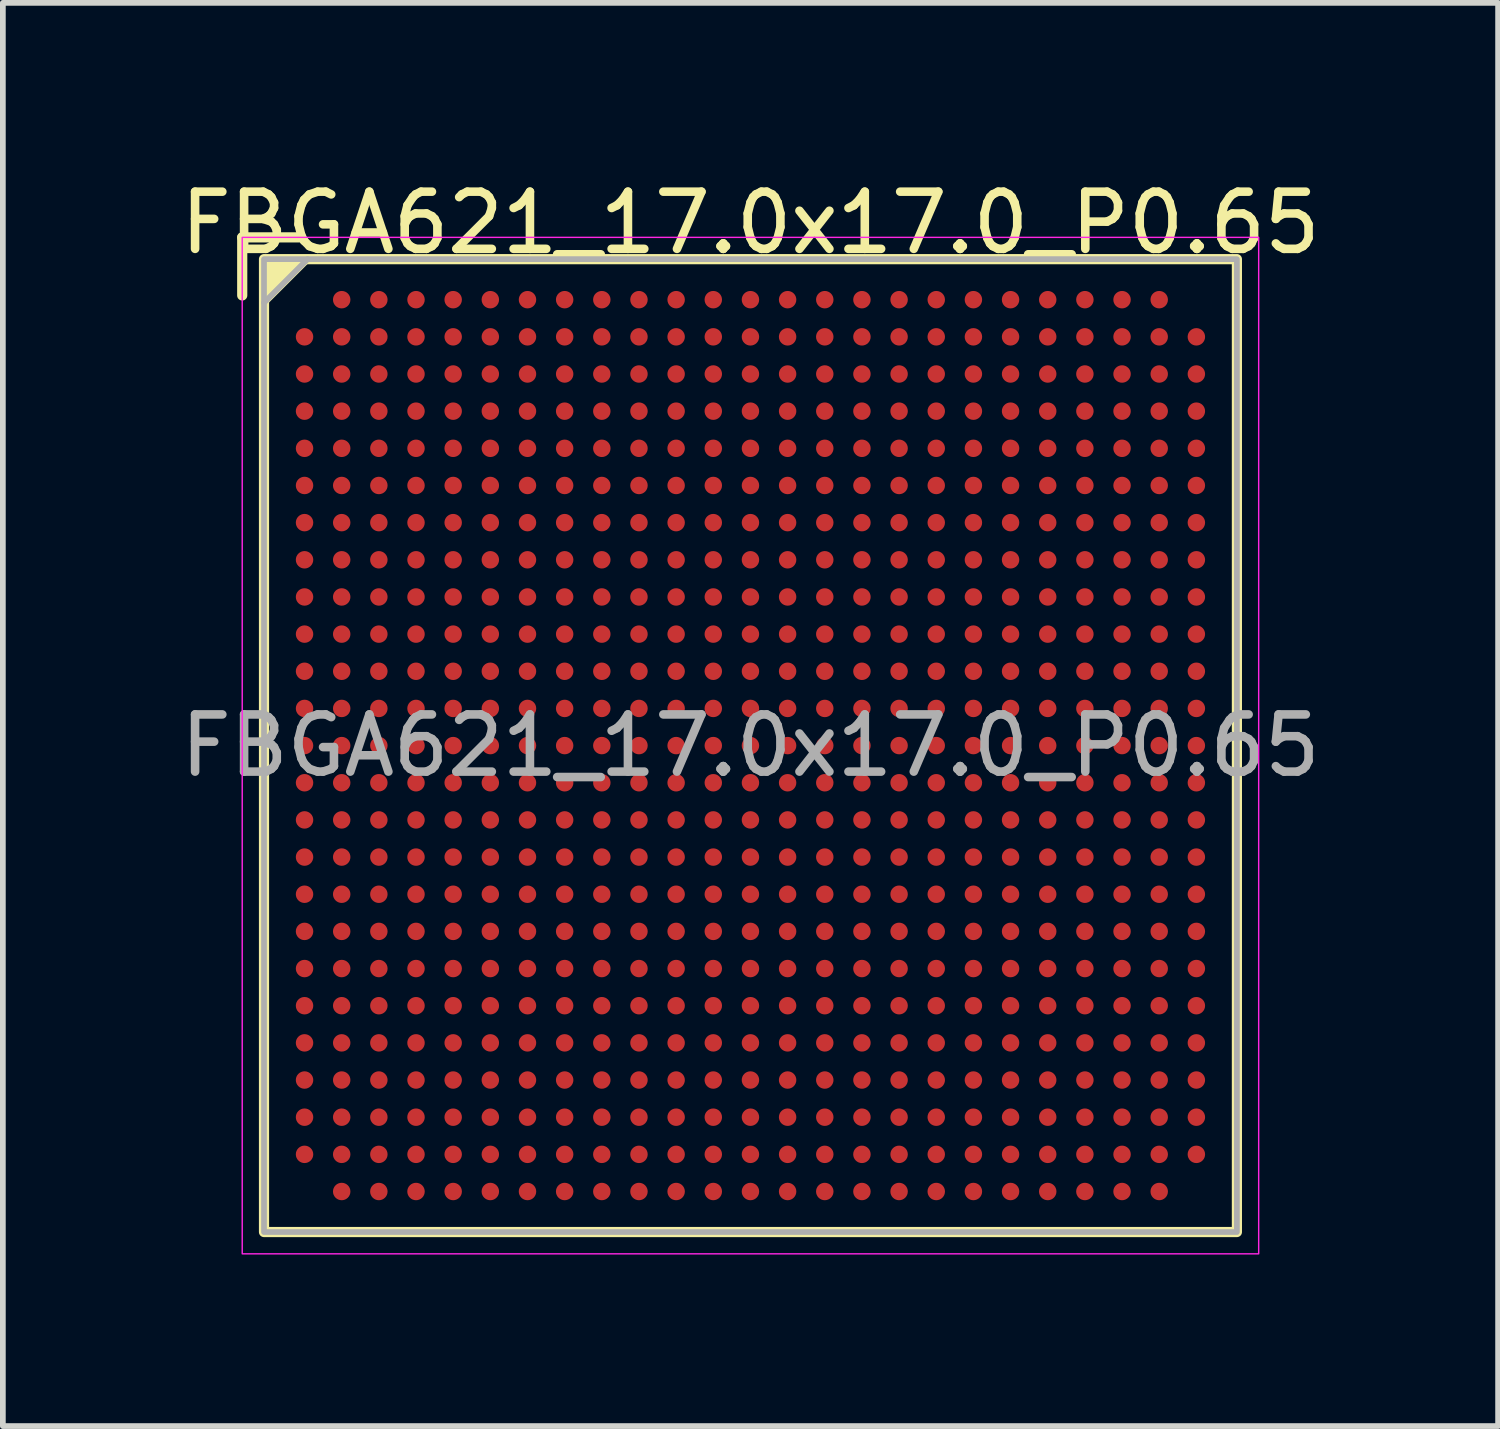
<source format=kicad_pcb>
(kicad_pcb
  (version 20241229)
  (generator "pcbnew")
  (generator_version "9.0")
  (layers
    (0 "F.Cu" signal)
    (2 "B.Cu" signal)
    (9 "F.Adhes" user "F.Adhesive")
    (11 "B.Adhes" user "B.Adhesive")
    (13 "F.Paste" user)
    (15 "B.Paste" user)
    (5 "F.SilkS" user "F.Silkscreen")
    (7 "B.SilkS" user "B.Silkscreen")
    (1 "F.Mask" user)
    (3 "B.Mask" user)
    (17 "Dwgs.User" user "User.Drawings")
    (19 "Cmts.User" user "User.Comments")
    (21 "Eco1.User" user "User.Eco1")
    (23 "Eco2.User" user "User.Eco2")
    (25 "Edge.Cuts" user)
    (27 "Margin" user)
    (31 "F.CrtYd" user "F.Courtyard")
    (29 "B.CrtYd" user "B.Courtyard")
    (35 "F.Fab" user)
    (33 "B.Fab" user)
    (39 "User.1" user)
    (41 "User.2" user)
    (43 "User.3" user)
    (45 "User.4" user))
  (footprint "FBGA621_17.0x17.0_P0.65"
    (layer "F.Cu")
    (at 10.077 9.992)
    (property "Reference" "FBGA621_17.0x17.0_P0.65" (at 0 -9.144 0) (unlocked yes) (layer "F.SilkS") (effects (font (size 1 1) (thickness 0.15))))
    (attr smd)
    (fp_line (start -8.89 -8.89) (end -7.874 -8.89) (stroke (width 0.178) (type solid)) (layer "F.SilkS"))
    (fp_line (start -8.89 -7.874) (end -8.89 -8.89) (stroke (width 0.178) (type solid)) (layer "F.SilkS"))
    (fp_rect (start -8.509 -8.509) (end 8.509 8.509) (stroke (width 0.178) (type solid)) (fill no) (layer "F.SilkS"))
    (fp_poly (pts (xy -8.509 -7.747) (xy -8.509 -8.509) (xy -7.747 -8.509)) (stroke (width 0.12) (type solid)) (fill yes) (layer "F.SilkS"))
    (fp_rect (start -8.89 -8.89) (end 8.89 8.89) (stroke (width 0.025) (type solid)) (fill no) (layer "F.CrtYd"))
    (fp_line (start -8.509 -7.747) (end -7.747 -8.509) (stroke (width 0.1) (type solid)) (layer "F.Fab"))
    (fp_rect (start -8.509 -8.509) (end 8.509 8.509) (stroke (width 0.1) (type solid)) (fill no) (layer "F.Fab"))
    (fp_text user "${REFERENCE}" (at 0 0 0) (unlocked yes) (layer "F.Fab") (effects (font (size 1 1) (thickness 0.15))))
    (pad "A2" smd circle (at -7.15 -7.8) (size 0.305 0.305) (layers "F.Cu" "F.Mask" "F.Paste"))
    (pad "A3" smd circle (at -6.5 -7.8) (size 0.305 0.305) (layers "F.Cu" "F.Mask" "F.Paste"))
    (pad "A4" smd circle (at -5.85 -7.8) (size 0.305 0.305) (layers "F.Cu" "F.Mask" "F.Paste"))
    (pad "A5" smd circle (at -5.2 -7.8) (size 0.305 0.305) (layers "F.Cu" "F.Mask" "F.Paste"))
    (pad "A6" smd circle (at -4.55 -7.8) (size 0.305 0.305) (layers "F.Cu" "F.Mask" "F.Paste"))
    (pad "A7" smd circle (at -3.9 -7.8) (size 0.305 0.305) (layers "F.Cu" "F.Mask" "F.Paste"))
    (pad "A8" smd circle (at -3.25 -7.8) (size 0.305 0.305) (layers "F.Cu" "F.Mask" "F.Paste"))
    (pad "A9" smd circle (at -2.6 -7.8) (size 0.305 0.305) (layers "F.Cu" "F.Mask" "F.Paste"))
    (pad "A10" smd circle (at -1.95 -7.8) (size 0.305 0.305) (layers "F.Cu" "F.Mask" "F.Paste"))
    (pad "A11" smd circle (at -1.3 -7.8) (size 0.305 0.305) (layers "F.Cu" "F.Mask" "F.Paste"))
    (pad "A12" smd circle (at -0.65 -7.8) (size 0.305 0.305) (layers "F.Cu" "F.Mask" "F.Paste"))
    (pad "A13" smd circle (at 0 -7.8) (size 0.305 0.305) (layers "F.Cu" "F.Mask" "F.Paste"))
    (pad "A14" smd circle (at 0.65 -7.8) (size 0.305 0.305) (layers "F.Cu" "F.Mask" "F.Paste"))
    (pad "A15" smd circle (at 1.3 -7.8) (size 0.305 0.305) (layers "F.Cu" "F.Mask" "F.Paste"))
    (pad "A16" smd circle (at 1.95 -7.8) (size 0.305 0.305) (layers "F.Cu" "F.Mask" "F.Paste"))
    (pad "A17" smd circle (at 2.6 -7.8) (size 0.305 0.305) (layers "F.Cu" "F.Mask" "F.Paste"))
    (pad "A18" smd circle (at 3.25 -7.8) (size 0.305 0.305) (layers "F.Cu" "F.Mask" "F.Paste"))
    (pad "A19" smd circle (at 3.9 -7.8) (size 0.305 0.305) (layers "F.Cu" "F.Mask" "F.Paste"))
    (pad "A20" smd circle (at 4.55 -7.8) (size 0.305 0.305) (layers "F.Cu" "F.Mask" "F.Paste"))
    (pad "A21" smd circle (at 5.2 -7.8) (size 0.305 0.305) (layers "F.Cu" "F.Mask" "F.Paste"))
    (pad "A22" smd circle (at 5.85 -7.8) (size 0.305 0.305) (layers "F.Cu" "F.Mask" "F.Paste"))
    (pad "A23" smd circle (at 6.5 -7.8) (size 0.305 0.305) (layers "F.Cu" "F.Mask" "F.Paste"))
    (pad "A24" smd circle (at 7.15 -7.8) (size 0.305 0.305) (layers "F.Cu" "F.Mask" "F.Paste"))
    (pad "AA1" smd circle (at -7.8 5.2) (size 0.305 0.305) (layers "F.Cu" "F.Mask" "F.Paste"))
    (pad "AA2" smd circle (at -7.15 5.2) (size 0.305 0.305) (layers "F.Cu" "F.Mask" "F.Paste"))
    (pad "AA3" smd circle (at -6.5 5.2) (size 0.305 0.305) (layers "F.Cu" "F.Mask" "F.Paste"))
    (pad "AA4" smd circle (at -5.85 5.2) (size 0.305 0.305) (layers "F.Cu" "F.Mask" "F.Paste"))
    (pad "AA5" smd circle (at -5.2 5.2) (size 0.305 0.305) (layers "F.Cu" "F.Mask" "F.Paste"))
    (pad "AA6" smd circle (at -4.55 5.2) (size 0.305 0.305) (layers "F.Cu" "F.Mask" "F.Paste"))
    (pad "AA7" smd circle (at -3.9 5.2) (size 0.305 0.305) (layers "F.Cu" "F.Mask" "F.Paste"))
    (pad "AA8" smd circle (at -3.25 5.2) (size 0.305 0.305) (layers "F.Cu" "F.Mask" "F.Paste"))
    (pad "AA9" smd circle (at -2.6 5.2) (size 0.305 0.305) (layers "F.Cu" "F.Mask" "F.Paste"))
    (pad "AA10" smd circle (at -1.95 5.2) (size 0.305 0.305) (layers "F.Cu" "F.Mask" "F.Paste"))
    (pad "AA11" smd circle (at -1.3 5.2) (size 0.305 0.305) (layers "F.Cu" "F.Mask" "F.Paste"))
    (pad "AA12" smd circle (at -0.65 5.2) (size 0.305 0.305) (layers "F.Cu" "F.Mask" "F.Paste"))
    (pad "AA13" smd circle (at 0 5.2) (size 0.305 0.305) (layers "F.Cu" "F.Mask" "F.Paste"))
    (pad "AA14" smd circle (at 0.65 5.2) (size 0.305 0.305) (layers "F.Cu" "F.Mask" "F.Paste"))
    (pad "AA15" smd circle (at 1.3 5.2) (size 0.305 0.305) (layers "F.Cu" "F.Mask" "F.Paste"))
    (pad "AA16" smd circle (at 1.95 5.2) (size 0.305 0.305) (layers "F.Cu" "F.Mask" "F.Paste"))
    (pad "AA17" smd circle (at 2.6 5.2) (size 0.305 0.305) (layers "F.Cu" "F.Mask" "F.Paste"))
    (pad "AA18" smd circle (at 3.25 5.2) (size 0.305 0.305) (layers "F.Cu" "F.Mask" "F.Paste"))
    (pad "AA19" smd circle (at 3.9 5.2) (size 0.305 0.305) (layers "F.Cu" "F.Mask" "F.Paste"))
    (pad "AA20" smd circle (at 4.55 5.2) (size 0.305 0.305) (layers "F.Cu" "F.Mask" "F.Paste"))
    (pad "AA21" smd circle (at 5.2 5.2) (size 0.305 0.305) (layers "F.Cu" "F.Mask" "F.Paste"))
    (pad "AA22" smd circle (at 5.85 5.2) (size 0.305 0.305) (layers "F.Cu" "F.Mask" "F.Paste"))
    (pad "AA23" smd circle (at 6.5 5.2) (size 0.305 0.305) (layers "F.Cu" "F.Mask" "F.Paste"))
    (pad "AA24" smd circle (at 7.15 5.2) (size 0.305 0.305) (layers "F.Cu" "F.Mask" "F.Paste"))
    (pad "AA25" smd circle (at 7.8 5.2) (size 0.305 0.305) (layers "F.Cu" "F.Mask" "F.Paste"))
    (pad "AB1" smd circle (at -7.8 5.85) (size 0.305 0.305) (layers "F.Cu" "F.Mask" "F.Paste"))
    (pad "AB2" smd circle (at -7.15 5.85) (size 0.305 0.305) (layers "F.Cu" "F.Mask" "F.Paste"))
    (pad "AB3" smd circle (at -6.5 5.85) (size 0.305 0.305) (layers "F.Cu" "F.Mask" "F.Paste"))
    (pad "AB4" smd circle (at -5.85 5.85) (size 0.305 0.305) (layers "F.Cu" "F.Mask" "F.Paste"))
    (pad "AB5" smd circle (at -5.2 5.85) (size 0.305 0.305) (layers "F.Cu" "F.Mask" "F.Paste"))
    (pad "AB6" smd circle (at -4.55 5.85) (size 0.305 0.305) (layers "F.Cu" "F.Mask" "F.Paste"))
    (pad "AB7" smd circle (at -3.9 5.85) (size 0.305 0.305) (layers "F.Cu" "F.Mask" "F.Paste"))
    (pad "AB8" smd circle (at -3.25 5.85) (size 0.305 0.305) (layers "F.Cu" "F.Mask" "F.Paste"))
    (pad "AB9" smd circle (at -2.6 5.85) (size 0.305 0.305) (layers "F.Cu" "F.Mask" "F.Paste"))
    (pad "AB10" smd circle (at -1.95 5.85) (size 0.305 0.305) (layers "F.Cu" "F.Mask" "F.Paste"))
    (pad "AB11" smd circle (at -1.3 5.85) (size 0.305 0.305) (layers "F.Cu" "F.Mask" "F.Paste"))
    (pad "AB12" smd circle (at -0.65 5.85) (size 0.305 0.305) (layers "F.Cu" "F.Mask" "F.Paste"))
    (pad "AB13" smd circle (at 0 5.85) (size 0.305 0.305) (layers "F.Cu" "F.Mask" "F.Paste"))
    (pad "AB14" smd circle (at 0.65 5.85) (size 0.305 0.305) (layers "F.Cu" "F.Mask" "F.Paste"))
    (pad "AB15" smd circle (at 1.3 5.85) (size 0.305 0.305) (layers "F.Cu" "F.Mask" "F.Paste"))
    (pad "AB16" smd circle (at 1.95 5.85) (size 0.305 0.305) (layers "F.Cu" "F.Mask" "F.Paste"))
    (pad "AB17" smd circle (at 2.6 5.85) (size 0.305 0.305) (layers "F.Cu" "F.Mask" "F.Paste"))
    (pad "AB18" smd circle (at 3.25 5.85) (size 0.305 0.305) (layers "F.Cu" "F.Mask" "F.Paste"))
    (pad "AB19" smd circle (at 3.9 5.85) (size 0.305 0.305) (layers "F.Cu" "F.Mask" "F.Paste"))
    (pad "AB20" smd circle (at 4.55 5.85) (size 0.305 0.305) (layers "F.Cu" "F.Mask" "F.Paste"))
    (pad "AB21" smd circle (at 5.2 5.85) (size 0.305 0.305) (layers "F.Cu" "F.Mask" "F.Paste"))
    (pad "AB22" smd circle (at 5.85 5.85) (size 0.305 0.305) (layers "F.Cu" "F.Mask" "F.Paste"))
    (pad "AB23" smd circle (at 6.5 5.85) (size 0.305 0.305) (layers "F.Cu" "F.Mask" "F.Paste"))
    (pad "AB24" smd circle (at 7.15 5.85) (size 0.305 0.305) (layers "F.Cu" "F.Mask" "F.Paste"))
    (pad "AB25" smd circle (at 7.8 5.85) (size 0.305 0.305) (layers "F.Cu" "F.Mask" "F.Paste"))
    (pad "AC1" smd circle (at -7.8 6.5) (size 0.305 0.305) (layers "F.Cu" "F.Mask" "F.Paste"))
    (pad "AC2" smd circle (at -7.15 6.5) (size 0.305 0.305) (layers "F.Cu" "F.Mask" "F.Paste"))
    (pad "AC3" smd circle (at -6.5 6.5) (size 0.305 0.305) (layers "F.Cu" "F.Mask" "F.Paste"))
    (pad "AC4" smd circle (at -5.85 6.5) (size 0.305 0.305) (layers "F.Cu" "F.Mask" "F.Paste"))
    (pad "AC5" smd circle (at -5.2 6.5) (size 0.305 0.305) (layers "F.Cu" "F.Mask" "F.Paste"))
    (pad "AC6" smd circle (at -4.55 6.5) (size 0.305 0.305) (layers "F.Cu" "F.Mask" "F.Paste"))
    (pad "AC7" smd circle (at -3.9 6.5) (size 0.305 0.305) (layers "F.Cu" "F.Mask" "F.Paste"))
    (pad "AC8" smd circle (at -3.25 6.5) (size 0.305 0.305) (layers "F.Cu" "F.Mask" "F.Paste"))
    (pad "AC9" smd circle (at -2.6 6.5) (size 0.305 0.305) (layers "F.Cu" "F.Mask" "F.Paste"))
    (pad "AC10" smd circle (at -1.95 6.5) (size 0.305 0.305) (layers "F.Cu" "F.Mask" "F.Paste"))
    (pad "AC11" smd circle (at -1.3 6.5) (size 0.305 0.305) (layers "F.Cu" "F.Mask" "F.Paste"))
    (pad "AC12" smd circle (at -0.65 6.5) (size 0.305 0.305) (layers "F.Cu" "F.Mask" "F.Paste"))
    (pad "AC13" smd circle (at 0 6.5) (size 0.305 0.305) (layers "F.Cu" "F.Mask" "F.Paste"))
    (pad "AC14" smd circle (at 0.65 6.5) (size 0.305 0.305) (layers "F.Cu" "F.Mask" "F.Paste"))
    (pad "AC15" smd circle (at 1.3 6.5) (size 0.305 0.305) (layers "F.Cu" "F.Mask" "F.Paste"))
    (pad "AC16" smd circle (at 1.95 6.5) (size 0.305 0.305) (layers "F.Cu" "F.Mask" "F.Paste"))
    (pad "AC17" smd circle (at 2.6 6.5) (size 0.305 0.305) (layers "F.Cu" "F.Mask" "F.Paste"))
    (pad "AC18" smd circle (at 3.25 6.5) (size 0.305 0.305) (layers "F.Cu" "F.Mask" "F.Paste"))
    (pad "AC19" smd circle (at 3.9 6.5) (size 0.305 0.305) (layers "F.Cu" "F.Mask" "F.Paste"))
    (pad "AC20" smd circle (at 4.55 6.5) (size 0.305 0.305) (layers "F.Cu" "F.Mask" "F.Paste"))
    (pad "AC21" smd circle (at 5.2 6.5) (size 0.305 0.305) (layers "F.Cu" "F.Mask" "F.Paste"))
    (pad "AC22" smd circle (at 5.85 6.5) (size 0.305 0.305) (layers "F.Cu" "F.Mask" "F.Paste"))
    (pad "AC23" smd circle (at 6.5 6.5) (size 0.305 0.305) (layers "F.Cu" "F.Mask" "F.Paste"))
    (pad "AC24" smd circle (at 7.15 6.5) (size 0.305 0.305) (layers "F.Cu" "F.Mask" "F.Paste"))
    (pad "AC25" smd circle (at 7.8 6.5) (size 0.305 0.305) (layers "F.Cu" "F.Mask" "F.Paste"))
    (pad "AD1" smd circle (at -7.8 7.15) (size 0.305 0.305) (layers "F.Cu" "F.Mask" "F.Paste"))
    (pad "AD2" smd circle (at -7.15 7.15) (size 0.305 0.305) (layers "F.Cu" "F.Mask" "F.Paste"))
    (pad "AD3" smd circle (at -6.5 7.15) (size 0.305 0.305) (layers "F.Cu" "F.Mask" "F.Paste"))
    (pad "AD4" smd circle (at -5.85 7.15) (size 0.305 0.305) (layers "F.Cu" "F.Mask" "F.Paste"))
    (pad "AD5" smd circle (at -5.2 7.15) (size 0.305 0.305) (layers "F.Cu" "F.Mask" "F.Paste"))
    (pad "AD6" smd circle (at -4.55 7.15) (size 0.305 0.305) (layers "F.Cu" "F.Mask" "F.Paste"))
    (pad "AD7" smd circle (at -3.9 7.15) (size 0.305 0.305) (layers "F.Cu" "F.Mask" "F.Paste"))
    (pad "AD8" smd circle (at -3.25 7.15) (size 0.305 0.305) (layers "F.Cu" "F.Mask" "F.Paste"))
    (pad "AD9" smd circle (at -2.6 7.15) (size 0.305 0.305) (layers "F.Cu" "F.Mask" "F.Paste"))
    (pad "AD10" smd circle (at -1.95 7.15) (size 0.305 0.305) (layers "F.Cu" "F.Mask" "F.Paste"))
    (pad "AD11" smd circle (at -1.3 7.15) (size 0.305 0.305) (layers "F.Cu" "F.Mask" "F.Paste"))
    (pad "AD12" smd circle (at -0.65 7.15) (size 0.305 0.305) (layers "F.Cu" "F.Mask" "F.Paste"))
    (pad "AD13" smd circle (at 0 7.15) (size 0.305 0.305) (layers "F.Cu" "F.Mask" "F.Paste"))
    (pad "AD14" smd circle (at 0.65 7.15) (size 0.305 0.305) (layers "F.Cu" "F.Mask" "F.Paste"))
    (pad "AD15" smd circle (at 1.3 7.15) (size 0.305 0.305) (layers "F.Cu" "F.Mask" "F.Paste"))
    (pad "AD16" smd circle (at 1.95 7.15) (size 0.305 0.305) (layers "F.Cu" "F.Mask" "F.Paste"))
    (pad "AD17" smd circle (at 2.6 7.15) (size 0.305 0.305) (layers "F.Cu" "F.Mask" "F.Paste"))
    (pad "AD18" smd circle (at 3.25 7.15) (size 0.305 0.305) (layers "F.Cu" "F.Mask" "F.Paste"))
    (pad "AD19" smd circle (at 3.9 7.15) (size 0.305 0.305) (layers "F.Cu" "F.Mask" "F.Paste"))
    (pad "AD20" smd circle (at 4.55 7.15) (size 0.305 0.305) (layers "F.Cu" "F.Mask" "F.Paste"))
    (pad "AD21" smd circle (at 5.2 7.15) (size 0.305 0.305) (layers "F.Cu" "F.Mask" "F.Paste"))
    (pad "AD22" smd circle (at 5.85 7.15) (size 0.305 0.305) (layers "F.Cu" "F.Mask" "F.Paste"))
    (pad "AD23" smd circle (at 6.5 7.15) (size 0.305 0.305) (layers "F.Cu" "F.Mask" "F.Paste"))
    (pad "AD24" smd circle (at 7.15 7.15) (size 0.305 0.305) (layers "F.Cu" "F.Mask" "F.Paste"))
    (pad "AD25" smd circle (at 7.8 7.15) (size 0.305 0.305) (layers "F.Cu" "F.Mask" "F.Paste"))
    (pad "AE2" smd circle (at -7.15 7.8) (size 0.305 0.305) (layers "F.Cu" "F.Mask" "F.Paste"))
    (pad "AE3" smd circle (at -6.5 7.8) (size 0.305 0.305) (layers "F.Cu" "F.Mask" "F.Paste"))
    (pad "AE4" smd circle (at -5.85 7.8) (size 0.305 0.305) (layers "F.Cu" "F.Mask" "F.Paste"))
    (pad "AE5" smd circle (at -5.2 7.8) (size 0.305 0.305) (layers "F.Cu" "F.Mask" "F.Paste"))
    (pad "AE6" smd circle (at -4.55 7.8) (size 0.305 0.305) (layers "F.Cu" "F.Mask" "F.Paste"))
    (pad "AE7" smd circle (at -3.9 7.8) (size 0.305 0.305) (layers "F.Cu" "F.Mask" "F.Paste"))
    (pad "AE8" smd circle (at -3.25 7.8) (size 0.305 0.305) (layers "F.Cu" "F.Mask" "F.Paste"))
    (pad "AE9" smd circle (at -2.6 7.8) (size 0.305 0.305) (layers "F.Cu" "F.Mask" "F.Paste"))
    (pad "AE10" smd circle (at -1.95 7.8) (size 0.305 0.305) (layers "F.Cu" "F.Mask" "F.Paste"))
    (pad "AE11" smd circle (at -1.3 7.8) (size 0.305 0.305) (layers "F.Cu" "F.Mask" "F.Paste"))
    (pad "AE12" smd circle (at -0.65 7.8) (size 0.305 0.305) (layers "F.Cu" "F.Mask" "F.Paste"))
    (pad "AE13" smd circle (at 0 7.8) (size 0.305 0.305) (layers "F.Cu" "F.Mask" "F.Paste"))
    (pad "AE14" smd circle (at 0.65 7.8) (size 0.305 0.305) (layers "F.Cu" "F.Mask" "F.Paste"))
    (pad "AE15" smd circle (at 1.3 7.8) (size 0.305 0.305) (layers "F.Cu" "F.Mask" "F.Paste"))
    (pad "AE16" smd circle (at 1.95 7.8) (size 0.305 0.305) (layers "F.Cu" "F.Mask" "F.Paste"))
    (pad "AE17" smd circle (at 2.6 7.8) (size 0.305 0.305) (layers "F.Cu" "F.Mask" "F.Paste"))
    (pad "AE18" smd circle (at 3.25 7.8) (size 0.305 0.305) (layers "F.Cu" "F.Mask" "F.Paste"))
    (pad "AE19" smd circle (at 3.9 7.8) (size 0.305 0.305) (layers "F.Cu" "F.Mask" "F.Paste"))
    (pad "AE20" smd circle (at 4.55 7.8) (size 0.305 0.305) (layers "F.Cu" "F.Mask" "F.Paste"))
    (pad "AE21" smd circle (at 5.2 7.8) (size 0.305 0.305) (layers "F.Cu" "F.Mask" "F.Paste"))
    (pad "AE22" smd circle (at 5.85 7.8) (size 0.305 0.305) (layers "F.Cu" "F.Mask" "F.Paste"))
    (pad "AE23" smd circle (at 6.5 7.8) (size 0.305 0.305) (layers "F.Cu" "F.Mask" "F.Paste"))
    (pad "AE24" smd circle (at 7.15 7.8) (size 0.305 0.305) (layers "F.Cu" "F.Mask" "F.Paste"))
    (pad "B1" smd circle (at -7.8 -7.15) (size 0.305 0.305) (layers "F.Cu" "F.Mask" "F.Paste"))
    (pad "B2" smd circle (at -7.15 -7.15) (size 0.305 0.305) (layers "F.Cu" "F.Mask" "F.Paste"))
    (pad "B3" smd circle (at -6.5 -7.15) (size 0.305 0.305) (layers "F.Cu" "F.Mask" "F.Paste"))
    (pad "B4" smd circle (at -5.85 -7.15) (size 0.305 0.305) (layers "F.Cu" "F.Mask" "F.Paste"))
    (pad "B5" smd circle (at -5.2 -7.15) (size 0.305 0.305) (layers "F.Cu" "F.Mask" "F.Paste"))
    (pad "B6" smd circle (at -4.55 -7.15) (size 0.305 0.305) (layers "F.Cu" "F.Mask" "F.Paste"))
    (pad "B7" smd circle (at -3.9 -7.15) (size 0.305 0.305) (layers "F.Cu" "F.Mask" "F.Paste"))
    (pad "B8" smd circle (at -3.25 -7.15) (size 0.305 0.305) (layers "F.Cu" "F.Mask" "F.Paste"))
    (pad "B9" smd circle (at -2.6 -7.15) (size 0.305 0.305) (layers "F.Cu" "F.Mask" "F.Paste"))
    (pad "B10" smd circle (at -1.95 -7.15) (size 0.305 0.305) (layers "F.Cu" "F.Mask" "F.Paste"))
    (pad "B11" smd circle (at -1.3 -7.15) (size 0.305 0.305) (layers "F.Cu" "F.Mask" "F.Paste"))
    (pad "B12" smd circle (at -0.65 -7.15) (size 0.305 0.305) (layers "F.Cu" "F.Mask" "F.Paste"))
    (pad "B13" smd circle (at 0 -7.15) (size 0.305 0.305) (layers "F.Cu" "F.Mask" "F.Paste"))
    (pad "B14" smd circle (at 0.65 -7.15) (size 0.305 0.305) (layers "F.Cu" "F.Mask" "F.Paste"))
    (pad "B15" smd circle (at 1.3 -7.15) (size 0.305 0.305) (layers "F.Cu" "F.Mask" "F.Paste"))
    (pad "B16" smd circle (at 1.95 -7.15) (size 0.305 0.305) (layers "F.Cu" "F.Mask" "F.Paste"))
    (pad "B17" smd circle (at 2.6 -7.15) (size 0.305 0.305) (layers "F.Cu" "F.Mask" "F.Paste"))
    (pad "B18" smd circle (at 3.25 -7.15) (size 0.305 0.305) (layers "F.Cu" "F.Mask" "F.Paste"))
    (pad "B19" smd circle (at 3.9 -7.15) (size 0.305 0.305) (layers "F.Cu" "F.Mask" "F.Paste"))
    (pad "B20" smd circle (at 4.55 -7.15) (size 0.305 0.305) (layers "F.Cu" "F.Mask" "F.Paste"))
    (pad "B21" smd circle (at 5.2 -7.15) (size 0.305 0.305) (layers "F.Cu" "F.Mask" "F.Paste"))
    (pad "B22" smd circle (at 5.85 -7.15) (size 0.305 0.305) (layers "F.Cu" "F.Mask" "F.Paste"))
    (pad "B23" smd circle (at 6.5 -7.15) (size 0.305 0.305) (layers "F.Cu" "F.Mask" "F.Paste"))
    (pad "B24" smd circle (at 7.15 -7.15) (size 0.305 0.305) (layers "F.Cu" "F.Mask" "F.Paste"))
    (pad "B25" smd circle (at 7.8 -7.15) (size 0.305 0.305) (layers "F.Cu" "F.Mask" "F.Paste"))
    (pad "C1" smd circle (at -7.8 -6.5) (size 0.305 0.305) (layers "F.Cu" "F.Mask" "F.Paste"))
    (pad "C2" smd circle (at -7.15 -6.5) (size 0.305 0.305) (layers "F.Cu" "F.Mask" "F.Paste"))
    (pad "C3" smd circle (at -6.5 -6.5) (size 0.305 0.305) (layers "F.Cu" "F.Mask" "F.Paste"))
    (pad "C4" smd circle (at -5.85 -6.5) (size 0.305 0.305) (layers "F.Cu" "F.Mask" "F.Paste"))
    (pad "C5" smd circle (at -5.2 -6.5) (size 0.305 0.305) (layers "F.Cu" "F.Mask" "F.Paste"))
    (pad "C6" smd circle (at -4.55 -6.5) (size 0.305 0.305) (layers "F.Cu" "F.Mask" "F.Paste"))
    (pad "C7" smd circle (at -3.9 -6.5) (size 0.305 0.305) (layers "F.Cu" "F.Mask" "F.Paste"))
    (pad "C8" smd circle (at -3.25 -6.5) (size 0.305 0.305) (layers "F.Cu" "F.Mask" "F.Paste"))
    (pad "C9" smd circle (at -2.6 -6.5) (size 0.305 0.305) (layers "F.Cu" "F.Mask" "F.Paste"))
    (pad "C10" smd circle (at -1.95 -6.5) (size 0.305 0.305) (layers "F.Cu" "F.Mask" "F.Paste"))
    (pad "C11" smd circle (at -1.3 -6.5) (size 0.305 0.305) (layers "F.Cu" "F.Mask" "F.Paste"))
    (pad "C12" smd circle (at -0.65 -6.5) (size 0.305 0.305) (layers "F.Cu" "F.Mask" "F.Paste"))
    (pad "C13" smd circle (at 0 -6.5) (size 0.305 0.305) (layers "F.Cu" "F.Mask" "F.Paste"))
    (pad "C14" smd circle (at 0.65 -6.5) (size 0.305 0.305) (layers "F.Cu" "F.Mask" "F.Paste"))
    (pad "C15" smd circle (at 1.3 -6.5) (size 0.305 0.305) (layers "F.Cu" "F.Mask" "F.Paste"))
    (pad "C16" smd circle (at 1.95 -6.5) (size 0.305 0.305) (layers "F.Cu" "F.Mask" "F.Paste"))
    (pad "C17" smd circle (at 2.6 -6.5) (size 0.305 0.305) (layers "F.Cu" "F.Mask" "F.Paste"))
    (pad "C18" smd circle (at 3.25 -6.5) (size 0.305 0.305) (layers "F.Cu" "F.Mask" "F.Paste"))
    (pad "C19" smd circle (at 3.9 -6.5) (size 0.305 0.305) (layers "F.Cu" "F.Mask" "F.Paste"))
    (pad "C20" smd circle (at 4.55 -6.5) (size 0.305 0.305) (layers "F.Cu" "F.Mask" "F.Paste"))
    (pad "C21" smd circle (at 5.2 -6.5) (size 0.305 0.305) (layers "F.Cu" "F.Mask" "F.Paste"))
    (pad "C22" smd circle (at 5.85 -6.5) (size 0.305 0.305) (layers "F.Cu" "F.Mask" "F.Paste"))
    (pad "C23" smd circle (at 6.5 -6.5) (size 0.305 0.305) (layers "F.Cu" "F.Mask" "F.Paste"))
    (pad "C24" smd circle (at 7.15 -6.5) (size 0.305 0.305) (layers "F.Cu" "F.Mask" "F.Paste"))
    (pad "C25" smd circle (at 7.8 -6.5) (size 0.305 0.305) (layers "F.Cu" "F.Mask" "F.Paste"))
    (pad "D1" smd circle (at -7.8 -5.85) (size 0.305 0.305) (layers "F.Cu" "F.Mask" "F.Paste"))
    (pad "D2" smd circle (at -7.15 -5.85) (size 0.305 0.305) (layers "F.Cu" "F.Mask" "F.Paste"))
    (pad "D3" smd circle (at -6.5 -5.85) (size 0.305 0.305) (layers "F.Cu" "F.Mask" "F.Paste"))
    (pad "D4" smd circle (at -5.85 -5.85) (size 0.305 0.305) (layers "F.Cu" "F.Mask" "F.Paste"))
    (pad "D5" smd circle (at -5.2 -5.85) (size 0.305 0.305) (layers "F.Cu" "F.Mask" "F.Paste"))
    (pad "D6" smd circle (at -4.55 -5.85) (size 0.305 0.305) (layers "F.Cu" "F.Mask" "F.Paste"))
    (pad "D7" smd circle (at -3.9 -5.85) (size 0.305 0.305) (layers "F.Cu" "F.Mask" "F.Paste"))
    (pad "D8" smd circle (at -3.25 -5.85) (size 0.305 0.305) (layers "F.Cu" "F.Mask" "F.Paste"))
    (pad "D9" smd circle (at -2.6 -5.85) (size 0.305 0.305) (layers "F.Cu" "F.Mask" "F.Paste"))
    (pad "D10" smd circle (at -1.95 -5.85) (size 0.305 0.305) (layers "F.Cu" "F.Mask" "F.Paste"))
    (pad "D11" smd circle (at -1.3 -5.85) (size 0.305 0.305) (layers "F.Cu" "F.Mask" "F.Paste"))
    (pad "D12" smd circle (at -0.65 -5.85) (size 0.305 0.305) (layers "F.Cu" "F.Mask" "F.Paste"))
    (pad "D13" smd circle (at 0 -5.85) (size 0.305 0.305) (layers "F.Cu" "F.Mask" "F.Paste"))
    (pad "D14" smd circle (at 0.65 -5.85) (size 0.305 0.305) (layers "F.Cu" "F.Mask" "F.Paste"))
    (pad "D15" smd circle (at 1.3 -5.85) (size 0.305 0.305) (layers "F.Cu" "F.Mask" "F.Paste"))
    (pad "D16" smd circle (at 1.95 -5.85) (size 0.305 0.305) (layers "F.Cu" "F.Mask" "F.Paste"))
    (pad "D17" smd circle (at 2.6 -5.85) (size 0.305 0.305) (layers "F.Cu" "F.Mask" "F.Paste"))
    (pad "D18" smd circle (at 3.25 -5.85) (size 0.305 0.305) (layers "F.Cu" "F.Mask" "F.Paste"))
    (pad "D19" smd circle (at 3.9 -5.85) (size 0.305 0.305) (layers "F.Cu" "F.Mask" "F.Paste"))
    (pad "D20" smd circle (at 4.55 -5.85) (size 0.305 0.305) (layers "F.Cu" "F.Mask" "F.Paste"))
    (pad "D21" smd circle (at 5.2 -5.85) (size 0.305 0.305) (layers "F.Cu" "F.Mask" "F.Paste"))
    (pad "D22" smd circle (at 5.85 -5.85) (size 0.305 0.305) (layers "F.Cu" "F.Mask" "F.Paste"))
    (pad "D23" smd circle (at 6.5 -5.85) (size 0.305 0.305) (layers "F.Cu" "F.Mask" "F.Paste"))
    (pad "D24" smd circle (at 7.15 -5.85) (size 0.305 0.305) (layers "F.Cu" "F.Mask" "F.Paste"))
    (pad "D25" smd circle (at 7.8 -5.85) (size 0.305 0.305) (layers "F.Cu" "F.Mask" "F.Paste"))
    (pad "E1" smd circle (at -7.8 -5.2) (size 0.305 0.305) (layers "F.Cu" "F.Mask" "F.Paste"))
    (pad "E2" smd circle (at -7.15 -5.2) (size 0.305 0.305) (layers "F.Cu" "F.Mask" "F.Paste"))
    (pad "E3" smd circle (at -6.5 -5.2) (size 0.305 0.305) (layers "F.Cu" "F.Mask" "F.Paste"))
    (pad "E4" smd circle (at -5.85 -5.2) (size 0.305 0.305) (layers "F.Cu" "F.Mask" "F.Paste"))
    (pad "E5" smd circle (at -5.2 -5.2) (size 0.305 0.305) (layers "F.Cu" "F.Mask" "F.Paste"))
    (pad "E6" smd circle (at -4.55 -5.2) (size 0.305 0.305) (layers "F.Cu" "F.Mask" "F.Paste"))
    (pad "E7" smd circle (at -3.9 -5.2) (size 0.305 0.305) (layers "F.Cu" "F.Mask" "F.Paste"))
    (pad "E8" smd circle (at -3.25 -5.2) (size 0.305 0.305) (layers "F.Cu" "F.Mask" "F.Paste"))
    (pad "E9" smd circle (at -2.6 -5.2) (size 0.305 0.305) (layers "F.Cu" "F.Mask" "F.Paste"))
    (pad "E10" smd circle (at -1.95 -5.2) (size 0.305 0.305) (layers "F.Cu" "F.Mask" "F.Paste"))
    (pad "E11" smd circle (at -1.3 -5.2) (size 0.305 0.305) (layers "F.Cu" "F.Mask" "F.Paste"))
    (pad "E12" smd circle (at -0.65 -5.2) (size 0.305 0.305) (layers "F.Cu" "F.Mask" "F.Paste"))
    (pad "E13" smd circle (at 0 -5.2) (size 0.305 0.305) (layers "F.Cu" "F.Mask" "F.Paste"))
    (pad "E14" smd circle (at 0.65 -5.2) (size 0.305 0.305) (layers "F.Cu" "F.Mask" "F.Paste"))
    (pad "E15" smd circle (at 1.3 -5.2) (size 0.305 0.305) (layers "F.Cu" "F.Mask" "F.Paste"))
    (pad "E16" smd circle (at 1.95 -5.2) (size 0.305 0.305) (layers "F.Cu" "F.Mask" "F.Paste"))
    (pad "E17" smd circle (at 2.6 -5.2) (size 0.305 0.305) (layers "F.Cu" "F.Mask" "F.Paste"))
    (pad "E18" smd circle (at 3.25 -5.2) (size 0.305 0.305) (layers "F.Cu" "F.Mask" "F.Paste"))
    (pad "E19" smd circle (at 3.9 -5.2) (size 0.305 0.305) (layers "F.Cu" "F.Mask" "F.Paste"))
    (pad "E20" smd circle (at 4.55 -5.2) (size 0.305 0.305) (layers "F.Cu" "F.Mask" "F.Paste"))
    (pad "E21" smd circle (at 5.2 -5.2) (size 0.305 0.305) (layers "F.Cu" "F.Mask" "F.Paste"))
    (pad "E22" smd circle (at 5.85 -5.2) (size 0.305 0.305) (layers "F.Cu" "F.Mask" "F.Paste"))
    (pad "E23" smd circle (at 6.5 -5.2) (size 0.305 0.305) (layers "F.Cu" "F.Mask" "F.Paste"))
    (pad "E24" smd circle (at 7.15 -5.2) (size 0.305 0.305) (layers "F.Cu" "F.Mask" "F.Paste"))
    (pad "E25" smd circle (at 7.8 -5.2) (size 0.305 0.305) (layers "F.Cu" "F.Mask" "F.Paste"))
    (pad "F1" smd circle (at -7.8 -4.55) (size 0.305 0.305) (layers "F.Cu" "F.Mask" "F.Paste"))
    (pad "F2" smd circle (at -7.15 -4.55) (size 0.305 0.305) (layers "F.Cu" "F.Mask" "F.Paste"))
    (pad "F3" smd circle (at -6.5 -4.55) (size 0.305 0.305) (layers "F.Cu" "F.Mask" "F.Paste"))
    (pad "F4" smd circle (at -5.85 -4.55) (size 0.305 0.305) (layers "F.Cu" "F.Mask" "F.Paste"))
    (pad "F5" smd circle (at -5.2 -4.55) (size 0.305 0.305) (layers "F.Cu" "F.Mask" "F.Paste"))
    (pad "F6" smd circle (at -4.55 -4.55) (size 0.305 0.305) (layers "F.Cu" "F.Mask" "F.Paste"))
    (pad "F7" smd circle (at -3.9 -4.55) (size 0.305 0.305) (layers "F.Cu" "F.Mask" "F.Paste"))
    (pad "F8" smd circle (at -3.25 -4.55) (size 0.305 0.305) (layers "F.Cu" "F.Mask" "F.Paste"))
    (pad "F9" smd circle (at -2.6 -4.55) (size 0.305 0.305) (layers "F.Cu" "F.Mask" "F.Paste"))
    (pad "F10" smd circle (at -1.95 -4.55) (size 0.305 0.305) (layers "F.Cu" "F.Mask" "F.Paste"))
    (pad "F11" smd circle (at -1.3 -4.55) (size 0.305 0.305) (layers "F.Cu" "F.Mask" "F.Paste"))
    (pad "F12" smd circle (at -0.65 -4.55) (size 0.305 0.305) (layers "F.Cu" "F.Mask" "F.Paste"))
    (pad "F13" smd circle (at 0 -4.55) (size 0.305 0.305) (layers "F.Cu" "F.Mask" "F.Paste"))
    (pad "F14" smd circle (at 0.65 -4.55) (size 0.305 0.305) (layers "F.Cu" "F.Mask" "F.Paste"))
    (pad "F15" smd circle (at 1.3 -4.55) (size 0.305 0.305) (layers "F.Cu" "F.Mask" "F.Paste"))
    (pad "F16" smd circle (at 1.95 -4.55) (size 0.305 0.305) (layers "F.Cu" "F.Mask" "F.Paste"))
    (pad "F17" smd circle (at 2.6 -4.55) (size 0.305 0.305) (layers "F.Cu" "F.Mask" "F.Paste"))
    (pad "F18" smd circle (at 3.25 -4.55) (size 0.305 0.305) (layers "F.Cu" "F.Mask" "F.Paste"))
    (pad "F19" smd circle (at 3.9 -4.55) (size 0.305 0.305) (layers "F.Cu" "F.Mask" "F.Paste"))
    (pad "F20" smd circle (at 4.55 -4.55) (size 0.305 0.305) (layers "F.Cu" "F.Mask" "F.Paste"))
    (pad "F21" smd circle (at 5.2 -4.55) (size 0.305 0.305) (layers "F.Cu" "F.Mask" "F.Paste"))
    (pad "F22" smd circle (at 5.85 -4.55) (size 0.305 0.305) (layers "F.Cu" "F.Mask" "F.Paste"))
    (pad "F23" smd circle (at 6.5 -4.55) (size 0.305 0.305) (layers "F.Cu" "F.Mask" "F.Paste"))
    (pad "F24" smd circle (at 7.15 -4.55) (size 0.305 0.305) (layers "F.Cu" "F.Mask" "F.Paste"))
    (pad "F25" smd circle (at 7.8 -4.55) (size 0.305 0.305) (layers "F.Cu" "F.Mask" "F.Paste"))
    (pad "G1" smd circle (at -7.8 -3.9) (size 0.305 0.305) (layers "F.Cu" "F.Mask" "F.Paste"))
    (pad "G2" smd circle (at -7.15 -3.9) (size 0.305 0.305) (layers "F.Cu" "F.Mask" "F.Paste"))
    (pad "G3" smd circle (at -6.5 -3.9) (size 0.305 0.305) (layers "F.Cu" "F.Mask" "F.Paste"))
    (pad "G4" smd circle (at -5.85 -3.9) (size 0.305 0.305) (layers "F.Cu" "F.Mask" "F.Paste"))
    (pad "G5" smd circle (at -5.2 -3.9) (size 0.305 0.305) (layers "F.Cu" "F.Mask" "F.Paste"))
    (pad "G6" smd circle (at -4.55 -3.9) (size 0.305 0.305) (layers "F.Cu" "F.Mask" "F.Paste"))
    (pad "G7" smd circle (at -3.9 -3.9) (size 0.305 0.305) (layers "F.Cu" "F.Mask" "F.Paste"))
    (pad "G8" smd circle (at -3.25 -3.9) (size 0.305 0.305) (layers "F.Cu" "F.Mask" "F.Paste"))
    (pad "G9" smd circle (at -2.6 -3.9) (size 0.305 0.305) (layers "F.Cu" "F.Mask" "F.Paste"))
    (pad "G10" smd circle (at -1.95 -3.9) (size 0.305 0.305) (layers "F.Cu" "F.Mask" "F.Paste"))
    (pad "G11" smd circle (at -1.3 -3.9) (size 0.305 0.305) (layers "F.Cu" "F.Mask" "F.Paste"))
    (pad "G12" smd circle (at -0.65 -3.9) (size 0.305 0.305) (layers "F.Cu" "F.Mask" "F.Paste"))
    (pad "G13" smd circle (at 0 -3.9) (size 0.305 0.305) (layers "F.Cu" "F.Mask" "F.Paste"))
    (pad "G14" smd circle (at 0.65 -3.9) (size 0.305 0.305) (layers "F.Cu" "F.Mask" "F.Paste"))
    (pad "G15" smd circle (at 1.3 -3.9) (size 0.305 0.305) (layers "F.Cu" "F.Mask" "F.Paste"))
    (pad "G16" smd circle (at 1.95 -3.9) (size 0.305 0.305) (layers "F.Cu" "F.Mask" "F.Paste"))
    (pad "G17" smd circle (at 2.6 -3.9) (size 0.305 0.305) (layers "F.Cu" "F.Mask" "F.Paste"))
    (pad "G18" smd circle (at 3.25 -3.9) (size 0.305 0.305) (layers "F.Cu" "F.Mask" "F.Paste"))
    (pad "G19" smd circle (at 3.9 -3.9) (size 0.305 0.305) (layers "F.Cu" "F.Mask" "F.Paste"))
    (pad "G20" smd circle (at 4.55 -3.9) (size 0.305 0.305) (layers "F.Cu" "F.Mask" "F.Paste"))
    (pad "G21" smd circle (at 5.2 -3.9) (size 0.305 0.305) (layers "F.Cu" "F.Mask" "F.Paste"))
    (pad "G22" smd circle (at 5.85 -3.9) (size 0.305 0.305) (layers "F.Cu" "F.Mask" "F.Paste"))
    (pad "G23" smd circle (at 6.5 -3.9) (size 0.305 0.305) (layers "F.Cu" "F.Mask" "F.Paste"))
    (pad "G24" smd circle (at 7.15 -3.9) (size 0.305 0.305) (layers "F.Cu" "F.Mask" "F.Paste"))
    (pad "G25" smd circle (at 7.8 -3.9) (size 0.305 0.305) (layers "F.Cu" "F.Mask" "F.Paste"))
    (pad "H1" smd circle (at -7.8 -3.25) (size 0.305 0.305) (layers "F.Cu" "F.Mask" "F.Paste"))
    (pad "H2" smd circle (at -7.15 -3.25) (size 0.305 0.305) (layers "F.Cu" "F.Mask" "F.Paste"))
    (pad "H3" smd circle (at -6.5 -3.25) (size 0.305 0.305) (layers "F.Cu" "F.Mask" "F.Paste"))
    (pad "H4" smd circle (at -5.85 -3.25) (size 0.305 0.305) (layers "F.Cu" "F.Mask" "F.Paste"))
    (pad "H5" smd circle (at -5.2 -3.25) (size 0.305 0.305) (layers "F.Cu" "F.Mask" "F.Paste"))
    (pad "H6" smd circle (at -4.55 -3.25) (size 0.305 0.305) (layers "F.Cu" "F.Mask" "F.Paste"))
    (pad "H7" smd circle (at -3.9 -3.25) (size 0.305 0.305) (layers "F.Cu" "F.Mask" "F.Paste"))
    (pad "H8" smd circle (at -3.25 -3.25) (size 0.305 0.305) (layers "F.Cu" "F.Mask" "F.Paste"))
    (pad "H9" smd circle (at -2.6 -3.25) (size 0.305 0.305) (layers "F.Cu" "F.Mask" "F.Paste"))
    (pad "H10" smd circle (at -1.95 -3.25) (size 0.305 0.305) (layers "F.Cu" "F.Mask" "F.Paste"))
    (pad "H11" smd circle (at -1.3 -3.25) (size 0.305 0.305) (layers "F.Cu" "F.Mask" "F.Paste"))
    (pad "H12" smd circle (at -0.65 -3.25) (size 0.305 0.305) (layers "F.Cu" "F.Mask" "F.Paste"))
    (pad "H13" smd circle (at 0 -3.25) (size 0.305 0.305) (layers "F.Cu" "F.Mask" "F.Paste"))
    (pad "H14" smd circle (at 0.65 -3.25) (size 0.305 0.305) (layers "F.Cu" "F.Mask" "F.Paste"))
    (pad "H15" smd circle (at 1.3 -3.25) (size 0.305 0.305) (layers "F.Cu" "F.Mask" "F.Paste"))
    (pad "H16" smd circle (at 1.95 -3.25) (size 0.305 0.305) (layers "F.Cu" "F.Mask" "F.Paste"))
    (pad "H17" smd circle (at 2.6 -3.25) (size 0.305 0.305) (layers "F.Cu" "F.Mask" "F.Paste"))
    (pad "H18" smd circle (at 3.25 -3.25) (size 0.305 0.305) (layers "F.Cu" "F.Mask" "F.Paste"))
    (pad "H19" smd circle (at 3.9 -3.25) (size 0.305 0.305) (layers "F.Cu" "F.Mask" "F.Paste"))
    (pad "H20" smd circle (at 4.55 -3.25) (size 0.305 0.305) (layers "F.Cu" "F.Mask" "F.Paste"))
    (pad "H21" smd circle (at 5.2 -3.25) (size 0.305 0.305) (layers "F.Cu" "F.Mask" "F.Paste"))
    (pad "H22" smd circle (at 5.85 -3.25) (size 0.305 0.305) (layers "F.Cu" "F.Mask" "F.Paste"))
    (pad "H23" smd circle (at 6.5 -3.25) (size 0.305 0.305) (layers "F.Cu" "F.Mask" "F.Paste"))
    (pad "H24" smd circle (at 7.15 -3.25) (size 0.305 0.305) (layers "F.Cu" "F.Mask" "F.Paste"))
    (pad "H25" smd circle (at 7.8 -3.25) (size 0.305 0.305) (layers "F.Cu" "F.Mask" "F.Paste"))
    (pad "J1" smd circle (at -7.8 -2.6) (size 0.305 0.305) (layers "F.Cu" "F.Mask" "F.Paste"))
    (pad "J2" smd circle (at -7.15 -2.6) (size 0.305 0.305) (layers "F.Cu" "F.Mask" "F.Paste"))
    (pad "J3" smd circle (at -6.5 -2.6) (size 0.305 0.305) (layers "F.Cu" "F.Mask" "F.Paste"))
    (pad "J4" smd circle (at -5.85 -2.6) (size 0.305 0.305) (layers "F.Cu" "F.Mask" "F.Paste"))
    (pad "J5" smd circle (at -5.2 -2.6) (size 0.305 0.305) (layers "F.Cu" "F.Mask" "F.Paste"))
    (pad "J6" smd circle (at -4.55 -2.6) (size 0.305 0.305) (layers "F.Cu" "F.Mask" "F.Paste"))
    (pad "J7" smd circle (at -3.9 -2.6) (size 0.305 0.305) (layers "F.Cu" "F.Mask" "F.Paste"))
    (pad "J8" smd circle (at -3.25 -2.6) (size 0.305 0.305) (layers "F.Cu" "F.Mask" "F.Paste"))
    (pad "J9" smd circle (at -2.6 -2.6) (size 0.305 0.305) (layers "F.Cu" "F.Mask" "F.Paste"))
    (pad "J10" smd circle (at -1.95 -2.6) (size 0.305 0.305) (layers "F.Cu" "F.Mask" "F.Paste"))
    (pad "J11" smd circle (at -1.3 -2.6) (size 0.305 0.305) (layers "F.Cu" "F.Mask" "F.Paste"))
    (pad "J12" smd circle (at -0.65 -2.6) (size 0.305 0.305) (layers "F.Cu" "F.Mask" "F.Paste"))
    (pad "J13" smd circle (at 0 -2.6) (size 0.305 0.305) (layers "F.Cu" "F.Mask" "F.Paste"))
    (pad "J14" smd circle (at 0.65 -2.6) (size 0.305 0.305) (layers "F.Cu" "F.Mask" "F.Paste"))
    (pad "J15" smd circle (at 1.3 -2.6) (size 0.305 0.305) (layers "F.Cu" "F.Mask" "F.Paste"))
    (pad "J16" smd circle (at 1.95 -2.6) (size 0.305 0.305) (layers "F.Cu" "F.Mask" "F.Paste"))
    (pad "J17" smd circle (at 2.6 -2.6) (size 0.305 0.305) (layers "F.Cu" "F.Mask" "F.Paste"))
    (pad "J18" smd circle (at 3.25 -2.6) (size 0.305 0.305) (layers "F.Cu" "F.Mask" "F.Paste"))
    (pad "J19" smd circle (at 3.9 -2.6) (size 0.305 0.305) (layers "F.Cu" "F.Mask" "F.Paste"))
    (pad "J20" smd circle (at 4.55 -2.6) (size 0.305 0.305) (layers "F.Cu" "F.Mask" "F.Paste"))
    (pad "J21" smd circle (at 5.2 -2.6) (size 0.305 0.305) (layers "F.Cu" "F.Mask" "F.Paste"))
    (pad "J22" smd circle (at 5.85 -2.6) (size 0.305 0.305) (layers "F.Cu" "F.Mask" "F.Paste"))
    (pad "J23" smd circle (at 6.5 -2.6) (size 0.305 0.305) (layers "F.Cu" "F.Mask" "F.Paste"))
    (pad "J24" smd circle (at 7.15 -2.6) (size 0.305 0.305) (layers "F.Cu" "F.Mask" "F.Paste"))
    (pad "J25" smd circle (at 7.8 -2.6) (size 0.305 0.305) (layers "F.Cu" "F.Mask" "F.Paste"))
    (pad "K1" smd circle (at -7.8 -1.95) (size 0.305 0.305) (layers "F.Cu" "F.Mask" "F.Paste"))
    (pad "K2" smd circle (at -7.15 -1.95) (size 0.305 0.305) (layers "F.Cu" "F.Mask" "F.Paste"))
    (pad "K3" smd circle (at -6.5 -1.95) (size 0.305 0.305) (layers "F.Cu" "F.Mask" "F.Paste"))
    (pad "K4" smd circle (at -5.85 -1.95) (size 0.305 0.305) (layers "F.Cu" "F.Mask" "F.Paste"))
    (pad "K5" smd circle (at -5.2 -1.95) (size 0.305 0.305) (layers "F.Cu" "F.Mask" "F.Paste"))
    (pad "K6" smd circle (at -4.55 -1.95) (size 0.305 0.305) (layers "F.Cu" "F.Mask" "F.Paste"))
    (pad "K7" smd circle (at -3.9 -1.95) (size 0.305 0.305) (layers "F.Cu" "F.Mask" "F.Paste"))
    (pad "K8" smd circle (at -3.25 -1.95) (size 0.305 0.305) (layers "F.Cu" "F.Mask" "F.Paste"))
    (pad "K9" smd circle (at -2.6 -1.95) (size 0.305 0.305) (layers "F.Cu" "F.Mask" "F.Paste"))
    (pad "K10" smd circle (at -1.95 -1.95) (size 0.305 0.305) (layers "F.Cu" "F.Mask" "F.Paste"))
    (pad "K11" smd circle (at -1.3 -1.95) (size 0.305 0.305) (layers "F.Cu" "F.Mask" "F.Paste"))
    (pad "K12" smd circle (at -0.65 -1.95) (size 0.305 0.305) (layers "F.Cu" "F.Mask" "F.Paste"))
    (pad "K13" smd circle (at 0 -1.95) (size 0.305 0.305) (layers "F.Cu" "F.Mask" "F.Paste"))
    (pad "K14" smd circle (at 0.65 -1.95) (size 0.305 0.305) (layers "F.Cu" "F.Mask" "F.Paste"))
    (pad "K15" smd circle (at 1.3 -1.95) (size 0.305 0.305) (layers "F.Cu" "F.Mask" "F.Paste"))
    (pad "K16" smd circle (at 1.95 -1.95) (size 0.305 0.305) (layers "F.Cu" "F.Mask" "F.Paste"))
    (pad "K17" smd circle (at 2.6 -1.95) (size 0.305 0.305) (layers "F.Cu" "F.Mask" "F.Paste"))
    (pad "K18" smd circle (at 3.25 -1.95) (size 0.305 0.305) (layers "F.Cu" "F.Mask" "F.Paste"))
    (pad "K19" smd circle (at 3.9 -1.95) (size 0.305 0.305) (layers "F.Cu" "F.Mask" "F.Paste"))
    (pad "K20" smd circle (at 4.55 -1.95) (size 0.305 0.305) (layers "F.Cu" "F.Mask" "F.Paste"))
    (pad "K21" smd circle (at 5.2 -1.95) (size 0.305 0.305) (layers "F.Cu" "F.Mask" "F.Paste"))
    (pad "K22" smd circle (at 5.85 -1.95) (size 0.305 0.305) (layers "F.Cu" "F.Mask" "F.Paste"))
    (pad "K23" smd circle (at 6.5 -1.95) (size 0.305 0.305) (layers "F.Cu" "F.Mask" "F.Paste"))
    (pad "K24" smd circle (at 7.15 -1.95) (size 0.305 0.305) (layers "F.Cu" "F.Mask" "F.Paste"))
    (pad "K25" smd circle (at 7.8 -1.95) (size 0.305 0.305) (layers "F.Cu" "F.Mask" "F.Paste"))
    (pad "L1" smd circle (at -7.8 -1.3) (size 0.305 0.305) (layers "F.Cu" "F.Mask" "F.Paste"))
    (pad "L2" smd circle (at -7.15 -1.3) (size 0.305 0.305) (layers "F.Cu" "F.Mask" "F.Paste"))
    (pad "L3" smd circle (at -6.5 -1.3) (size 0.305 0.305) (layers "F.Cu" "F.Mask" "F.Paste"))
    (pad "L4" smd circle (at -5.85 -1.3) (size 0.305 0.305) (layers "F.Cu" "F.Mask" "F.Paste"))
    (pad "L5" smd circle (at -5.2 -1.3) (size 0.305 0.305) (layers "F.Cu" "F.Mask" "F.Paste"))
    (pad "L6" smd circle (at -4.55 -1.3) (size 0.305 0.305) (layers "F.Cu" "F.Mask" "F.Paste"))
    (pad "L7" smd circle (at -3.9 -1.3) (size 0.305 0.305) (layers "F.Cu" "F.Mask" "F.Paste"))
    (pad "L8" smd circle (at -3.25 -1.3) (size 0.305 0.305) (layers "F.Cu" "F.Mask" "F.Paste"))
    (pad "L9" smd circle (at -2.6 -1.3) (size 0.305 0.305) (layers "F.Cu" "F.Mask" "F.Paste"))
    (pad "L10" smd circle (at -1.95 -1.3) (size 0.305 0.305) (layers "F.Cu" "F.Mask" "F.Paste"))
    (pad "L11" smd circle (at -1.3 -1.3) (size 0.305 0.305) (layers "F.Cu" "F.Mask" "F.Paste"))
    (pad "L12" smd circle (at -0.65 -1.3) (size 0.305 0.305) (layers "F.Cu" "F.Mask" "F.Paste"))
    (pad "L13" smd circle (at 0 -1.3) (size 0.305 0.305) (layers "F.Cu" "F.Mask" "F.Paste"))
    (pad "L14" smd circle (at 0.65 -1.3) (size 0.305 0.305) (layers "F.Cu" "F.Mask" "F.Paste"))
    (pad "L15" smd circle (at 1.3 -1.3) (size 0.305 0.305) (layers "F.Cu" "F.Mask" "F.Paste"))
    (pad "L16" smd circle (at 1.95 -1.3) (size 0.305 0.305) (layers "F.Cu" "F.Mask" "F.Paste"))
    (pad "L17" smd circle (at 2.6 -1.3) (size 0.305 0.305) (layers "F.Cu" "F.Mask" "F.Paste"))
    (pad "L18" smd circle (at 3.25 -1.3) (size 0.305 0.305) (layers "F.Cu" "F.Mask" "F.Paste"))
    (pad "L19" smd circle (at 3.9 -1.3) (size 0.305 0.305) (layers "F.Cu" "F.Mask" "F.Paste"))
    (pad "L20" smd circle (at 4.55 -1.3) (size 0.305 0.305) (layers "F.Cu" "F.Mask" "F.Paste"))
    (pad "L21" smd circle (at 5.2 -1.3) (size 0.305 0.305) (layers "F.Cu" "F.Mask" "F.Paste"))
    (pad "L22" smd circle (at 5.85 -1.3) (size 0.305 0.305) (layers "F.Cu" "F.Mask" "F.Paste"))
    (pad "L23" smd circle (at 6.5 -1.3) (size 0.305 0.305) (layers "F.Cu" "F.Mask" "F.Paste"))
    (pad "L24" smd circle (at 7.15 -1.3) (size 0.305 0.305) (layers "F.Cu" "F.Mask" "F.Paste"))
    (pad "L25" smd circle (at 7.8 -1.3) (size 0.305 0.305) (layers "F.Cu" "F.Mask" "F.Paste"))
    (pad "M1" smd circle (at -7.8 -0.65) (size 0.305 0.305) (layers "F.Cu" "F.Mask" "F.Paste"))
    (pad "M2" smd circle (at -7.15 -0.65) (size 0.305 0.305) (layers "F.Cu" "F.Mask" "F.Paste"))
    (pad "M3" smd circle (at -6.5 -0.65) (size 0.305 0.305) (layers "F.Cu" "F.Mask" "F.Paste"))
    (pad "M4" smd circle (at -5.85 -0.65) (size 0.305 0.305) (layers "F.Cu" "F.Mask" "F.Paste"))
    (pad "M5" smd circle (at -5.2 -0.65) (size 0.305 0.305) (layers "F.Cu" "F.Mask" "F.Paste"))
    (pad "M6" smd circle (at -4.55 -0.65) (size 0.305 0.305) (layers "F.Cu" "F.Mask" "F.Paste"))
    (pad "M7" smd circle (at -3.9 -0.65) (size 0.305 0.305) (layers "F.Cu" "F.Mask" "F.Paste"))
    (pad "M8" smd circle (at -3.25 -0.65) (size 0.305 0.305) (layers "F.Cu" "F.Mask" "F.Paste"))
    (pad "M9" smd circle (at -2.6 -0.65) (size 0.305 0.305) (layers "F.Cu" "F.Mask" "F.Paste"))
    (pad "M10" smd circle (at -1.95 -0.65) (size 0.305 0.305) (layers "F.Cu" "F.Mask" "F.Paste"))
    (pad "M11" smd circle (at -1.3 -0.65) (size 0.305 0.305) (layers "F.Cu" "F.Mask" "F.Paste"))
    (pad "M12" smd circle (at -0.65 -0.65) (size 0.305 0.305) (layers "F.Cu" "F.Mask" "F.Paste"))
    (pad "M13" smd circle (at 0 -0.65) (size 0.305 0.305) (layers "F.Cu" "F.Mask" "F.Paste"))
    (pad "M14" smd circle (at 0.65 -0.65) (size 0.305 0.305) (layers "F.Cu" "F.Mask" "F.Paste"))
    (pad "M15" smd circle (at 1.3 -0.65) (size 0.305 0.305) (layers "F.Cu" "F.Mask" "F.Paste"))
    (pad "M16" smd circle (at 1.95 -0.65) (size 0.305 0.305) (layers "F.Cu" "F.Mask" "F.Paste"))
    (pad "M17" smd circle (at 2.6 -0.65) (size 0.305 0.305) (layers "F.Cu" "F.Mask" "F.Paste"))
    (pad "M18" smd circle (at 3.25 -0.65) (size 0.305 0.305) (layers "F.Cu" "F.Mask" "F.Paste"))
    (pad "M19" smd circle (at 3.9 -0.65) (size 0.305 0.305) (layers "F.Cu" "F.Mask" "F.Paste"))
    (pad "M20" smd circle (at 4.55 -0.65) (size 0.305 0.305) (layers "F.Cu" "F.Mask" "F.Paste"))
    (pad "M21" smd circle (at 5.2 -0.65) (size 0.305 0.305) (layers "F.Cu" "F.Mask" "F.Paste"))
    (pad "M22" smd circle (at 5.85 -0.65) (size 0.305 0.305) (layers "F.Cu" "F.Mask" "F.Paste"))
    (pad "M23" smd circle (at 6.5 -0.65) (size 0.305 0.305) (layers "F.Cu" "F.Mask" "F.Paste"))
    (pad "M24" smd circle (at 7.15 -0.65) (size 0.305 0.305) (layers "F.Cu" "F.Mask" "F.Paste"))
    (pad "M25" smd circle (at 7.8 -0.65) (size 0.305 0.305) (layers "F.Cu" "F.Mask" "F.Paste"))
    (pad "N1" smd circle (at -7.8 0) (size 0.305 0.305) (layers "F.Cu" "F.Mask" "F.Paste"))
    (pad "N2" smd circle (at -7.15 0) (size 0.305 0.305) (layers "F.Cu" "F.Mask" "F.Paste"))
    (pad "N3" smd circle (at -6.5 0) (size 0.305 0.305) (layers "F.Cu" "F.Mask" "F.Paste"))
    (pad "N4" smd circle (at -5.85 0) (size 0.305 0.305) (layers "F.Cu" "F.Mask" "F.Paste"))
    (pad "N5" smd circle (at -5.2 0) (size 0.305 0.305) (layers "F.Cu" "F.Mask" "F.Paste"))
    (pad "N6" smd circle (at -4.55 0) (size 0.305 0.305) (layers "F.Cu" "F.Mask" "F.Paste"))
    (pad "N7" smd circle (at -3.9 0) (size 0.305 0.305) (layers "F.Cu" "F.Mask" "F.Paste"))
    (pad "N8" smd circle (at -3.25 0) (size 0.305 0.305) (layers "F.Cu" "F.Mask" "F.Paste"))
    (pad "N9" smd circle (at -2.6 0) (size 0.305 0.305) (layers "F.Cu" "F.Mask" "F.Paste"))
    (pad "N10" smd circle (at -1.95 0) (size 0.305 0.305) (layers "F.Cu" "F.Mask" "F.Paste"))
    (pad "N11" smd circle (at -1.3 0) (size 0.305 0.305) (layers "F.Cu" "F.Mask" "F.Paste"))
    (pad "N12" smd circle (at -0.65 0) (size 0.305 0.305) (layers "F.Cu" "F.Mask" "F.Paste"))
    (pad "N13" smd circle (at 0 0) (size 0.305 0.305) (layers "F.Cu" "F.Mask" "F.Paste"))
    (pad "N14" smd circle (at 0.65 0) (size 0.305 0.305) (layers "F.Cu" "F.Mask" "F.Paste"))
    (pad "N15" smd circle (at 1.3 0) (size 0.305 0.305) (layers "F.Cu" "F.Mask" "F.Paste"))
    (pad "N16" smd circle (at 1.95 0) (size 0.305 0.305) (layers "F.Cu" "F.Mask" "F.Paste"))
    (pad "N17" smd circle (at 2.6 0) (size 0.305 0.305) (layers "F.Cu" "F.Mask" "F.Paste"))
    (pad "N18" smd circle (at 3.25 0) (size 0.305 0.305) (layers "F.Cu" "F.Mask" "F.Paste"))
    (pad "N19" smd circle (at 3.9 0) (size 0.305 0.305) (layers "F.Cu" "F.Mask" "F.Paste"))
    (pad "N20" smd circle (at 4.55 0) (size 0.305 0.305) (layers "F.Cu" "F.Mask" "F.Paste"))
    (pad "N21" smd circle (at 5.2 0) (size 0.305 0.305) (layers "F.Cu" "F.Mask" "F.Paste"))
    (pad "N22" smd circle (at 5.85 0) (size 0.305 0.305) (layers "F.Cu" "F.Mask" "F.Paste"))
    (pad "N23" smd circle (at 6.5 0) (size 0.305 0.305) (layers "F.Cu" "F.Mask" "F.Paste"))
    (pad "N24" smd circle (at 7.15 0) (size 0.305 0.305) (layers "F.Cu" "F.Mask" "F.Paste"))
    (pad "N25" smd circle (at 7.8 0) (size 0.305 0.305) (layers "F.Cu" "F.Mask" "F.Paste"))
    (pad "P1" smd circle (at -7.8 0.65) (size 0.305 0.305) (layers "F.Cu" "F.Mask" "F.Paste"))
    (pad "P2" smd circle (at -7.15 0.65) (size 0.305 0.305) (layers "F.Cu" "F.Mask" "F.Paste"))
    (pad "P3" smd circle (at -6.5 0.65) (size 0.305 0.305) (layers "F.Cu" "F.Mask" "F.Paste"))
    (pad "P4" smd circle (at -5.85 0.65) (size 0.305 0.305) (layers "F.Cu" "F.Mask" "F.Paste"))
    (pad "P5" smd circle (at -5.2 0.65) (size 0.305 0.305) (layers "F.Cu" "F.Mask" "F.Paste"))
    (pad "P6" smd circle (at -4.55 0.65) (size 0.305 0.305) (layers "F.Cu" "F.Mask" "F.Paste"))
    (pad "P7" smd circle (at -3.9 0.65) (size 0.305 0.305) (layers "F.Cu" "F.Mask" "F.Paste"))
    (pad "P8" smd circle (at -3.25 0.65) (size 0.305 0.305) (layers "F.Cu" "F.Mask" "F.Paste"))
    (pad "P9" smd circle (at -2.6 0.65) (size 0.305 0.305) (layers "F.Cu" "F.Mask" "F.Paste"))
    (pad "P10" smd circle (at -1.95 0.65) (size 0.305 0.305) (layers "F.Cu" "F.Mask" "F.Paste"))
    (pad "P11" smd circle (at -1.3 0.65) (size 0.305 0.305) (layers "F.Cu" "F.Mask" "F.Paste"))
    (pad "P12" smd circle (at -0.65 0.65) (size 0.305 0.305) (layers "F.Cu" "F.Mask" "F.Paste"))
    (pad "P13" smd circle (at 0 0.65) (size 0.305 0.305) (layers "F.Cu" "F.Mask" "F.Paste"))
    (pad "P14" smd circle (at 0.65 0.65) (size 0.305 0.305) (layers "F.Cu" "F.Mask" "F.Paste"))
    (pad "P15" smd circle (at 1.3 0.65) (size 0.305 0.305) (layers "F.Cu" "F.Mask" "F.Paste"))
    (pad "P16" smd circle (at 1.95 0.65) (size 0.305 0.305) (layers "F.Cu" "F.Mask" "F.Paste"))
    (pad "P17" smd circle (at 2.6 0.65) (size 0.305 0.305) (layers "F.Cu" "F.Mask" "F.Paste"))
    (pad "P18" smd circle (at 3.25 0.65) (size 0.305 0.305) (layers "F.Cu" "F.Mask" "F.Paste"))
    (pad "P19" smd circle (at 3.9 0.65) (size 0.305 0.305) (layers "F.Cu" "F.Mask" "F.Paste"))
    (pad "P20" smd circle (at 4.55 0.65) (size 0.305 0.305) (layers "F.Cu" "F.Mask" "F.Paste"))
    (pad "P21" smd circle (at 5.2 0.65) (size 0.305 0.305) (layers "F.Cu" "F.Mask" "F.Paste"))
    (pad "P22" smd circle (at 5.85 0.65) (size 0.305 0.305) (layers "F.Cu" "F.Mask" "F.Paste"))
    (pad "P23" smd circle (at 6.5 0.65) (size 0.305 0.305) (layers "F.Cu" "F.Mask" "F.Paste"))
    (pad "P24" smd circle (at 7.15 0.65) (size 0.305 0.305) (layers "F.Cu" "F.Mask" "F.Paste"))
    (pad "P25" smd circle (at 7.8 0.65) (size 0.305 0.305) (layers "F.Cu" "F.Mask" "F.Paste"))
    (pad "R1" smd circle (at -7.8 1.3) (size 0.305 0.305) (layers "F.Cu" "F.Mask" "F.Paste"))
    (pad "R2" smd circle (at -7.15 1.3) (size 0.305 0.305) (layers "F.Cu" "F.Mask" "F.Paste"))
    (pad "R3" smd circle (at -6.5 1.3) (size 0.305 0.305) (layers "F.Cu" "F.Mask" "F.Paste"))
    (pad "R4" smd circle (at -5.85 1.3) (size 0.305 0.305) (layers "F.Cu" "F.Mask" "F.Paste"))
    (pad "R5" smd circle (at -5.2 1.3) (size 0.305 0.305) (layers "F.Cu" "F.Mask" "F.Paste"))
    (pad "R6" smd circle (at -4.55 1.3) (size 0.305 0.305) (layers "F.Cu" "F.Mask" "F.Paste"))
    (pad "R7" smd circle (at -3.9 1.3) (size 0.305 0.305) (layers "F.Cu" "F.Mask" "F.Paste"))
    (pad "R8" smd circle (at -3.25 1.3) (size 0.305 0.305) (layers "F.Cu" "F.Mask" "F.Paste"))
    (pad "R9" smd circle (at -2.6 1.3) (size 0.305 0.305) (layers "F.Cu" "F.Mask" "F.Paste"))
    (pad "R10" smd circle (at -1.95 1.3) (size 0.305 0.305) (layers "F.Cu" "F.Mask" "F.Paste"))
    (pad "R11" smd circle (at -1.3 1.3) (size 0.305 0.305) (layers "F.Cu" "F.Mask" "F.Paste"))
    (pad "R12" smd circle (at -0.65 1.3) (size 0.305 0.305) (layers "F.Cu" "F.Mask" "F.Paste"))
    (pad "R13" smd circle (at 0 1.3) (size 0.305 0.305) (layers "F.Cu" "F.Mask" "F.Paste"))
    (pad "R14" smd circle (at 0.65 1.3) (size 0.305 0.305) (layers "F.Cu" "F.Mask" "F.Paste"))
    (pad "R15" smd circle (at 1.3 1.3) (size 0.305 0.305) (layers "F.Cu" "F.Mask" "F.Paste"))
    (pad "R16" smd circle (at 1.95 1.3) (size 0.305 0.305) (layers "F.Cu" "F.Mask" "F.Paste"))
    (pad "R17" smd circle (at 2.6 1.3) (size 0.305 0.305) (layers "F.Cu" "F.Mask" "F.Paste"))
    (pad "R18" smd circle (at 3.25 1.3) (size 0.305 0.305) (layers "F.Cu" "F.Mask" "F.Paste"))
    (pad "R19" smd circle (at 3.9 1.3) (size 0.305 0.305) (layers "F.Cu" "F.Mask" "F.Paste"))
    (pad "R20" smd circle (at 4.55 1.3) (size 0.305 0.305) (layers "F.Cu" "F.Mask" "F.Paste"))
    (pad "R21" smd circle (at 5.2 1.3) (size 0.305 0.305) (layers "F.Cu" "F.Mask" "F.Paste"))
    (pad "R22" smd circle (at 5.85 1.3) (size 0.305 0.305) (layers "F.Cu" "F.Mask" "F.Paste"))
    (pad "R23" smd circle (at 6.5 1.3) (size 0.305 0.305) (layers "F.Cu" "F.Mask" "F.Paste"))
    (pad "R24" smd circle (at 7.15 1.3) (size 0.305 0.305) (layers "F.Cu" "F.Mask" "F.Paste"))
    (pad "R25" smd circle (at 7.8 1.3) (size 0.305 0.305) (layers "F.Cu" "F.Mask" "F.Paste"))
    (pad "T1" smd circle (at -7.8 1.95) (size 0.305 0.305) (layers "F.Cu" "F.Mask" "F.Paste"))
    (pad "T2" smd circle (at -7.15 1.95) (size 0.305 0.305) (layers "F.Cu" "F.Mask" "F.Paste"))
    (pad "T3" smd circle (at -6.5 1.95) (size 0.305 0.305) (layers "F.Cu" "F.Mask" "F.Paste"))
    (pad "T4" smd circle (at -5.85 1.95) (size 0.305 0.305) (layers "F.Cu" "F.Mask" "F.Paste"))
    (pad "T5" smd circle (at -5.2 1.95) (size 0.305 0.305) (layers "F.Cu" "F.Mask" "F.Paste"))
    (pad "T6" smd circle (at -4.55 1.95) (size 0.305 0.305) (layers "F.Cu" "F.Mask" "F.Paste"))
    (pad "T7" smd circle (at -3.9 1.95) (size 0.305 0.305) (layers "F.Cu" "F.Mask" "F.Paste"))
    (pad "T8" smd circle (at -3.25 1.95) (size 0.305 0.305) (layers "F.Cu" "F.Mask" "F.Paste"))
    (pad "T9" smd circle (at -2.6 1.95) (size 0.305 0.305) (layers "F.Cu" "F.Mask" "F.Paste"))
    (pad "T10" smd circle (at -1.95 1.95) (size 0.305 0.305) (layers "F.Cu" "F.Mask" "F.Paste"))
    (pad "T11" smd circle (at -1.3 1.95) (size 0.305 0.305) (layers "F.Cu" "F.Mask" "F.Paste"))
    (pad "T12" smd circle (at -0.65 1.95) (size 0.305 0.305) (layers "F.Cu" "F.Mask" "F.Paste"))
    (pad "T13" smd circle (at 0 1.95) (size 0.305 0.305) (layers "F.Cu" "F.Mask" "F.Paste"))
    (pad "T14" smd circle (at 0.65 1.95) (size 0.305 0.305) (layers "F.Cu" "F.Mask" "F.Paste"))
    (pad "T15" smd circle (at 1.3 1.95) (size 0.305 0.305) (layers "F.Cu" "F.Mask" "F.Paste"))
    (pad "T16" smd circle (at 1.95 1.95) (size 0.305 0.305) (layers "F.Cu" "F.Mask" "F.Paste"))
    (pad "T17" smd circle (at 2.6 1.95) (size 0.305 0.305) (layers "F.Cu" "F.Mask" "F.Paste"))
    (pad "T18" smd circle (at 3.25 1.95) (size 0.305 0.305) (layers "F.Cu" "F.Mask" "F.Paste"))
    (pad "T19" smd circle (at 3.9 1.95) (size 0.305 0.305) (layers "F.Cu" "F.Mask" "F.Paste"))
    (pad "T20" smd circle (at 4.55 1.95) (size 0.305 0.305) (layers "F.Cu" "F.Mask" "F.Paste"))
    (pad "T21" smd circle (at 5.2 1.95) (size 0.305 0.305) (layers "F.Cu" "F.Mask" "F.Paste"))
    (pad "T22" smd circle (at 5.85 1.95) (size 0.305 0.305) (layers "F.Cu" "F.Mask" "F.Paste"))
    (pad "T23" smd circle (at 6.5 1.95) (size 0.305 0.305) (layers "F.Cu" "F.Mask" "F.Paste"))
    (pad "T24" smd circle (at 7.15 1.95) (size 0.305 0.305) (layers "F.Cu" "F.Mask" "F.Paste"))
    (pad "T25" smd circle (at 7.8 1.95) (size 0.305 0.305) (layers "F.Cu" "F.Mask" "F.Paste"))
    (pad "U1" smd circle (at -7.8 2.6) (size 0.305 0.305) (layers "F.Cu" "F.Mask" "F.Paste"))
    (pad "U2" smd circle (at -7.15 2.6) (size 0.305 0.305) (layers "F.Cu" "F.Mask" "F.Paste"))
    (pad "U3" smd circle (at -6.5 2.6) (size 0.305 0.305) (layers "F.Cu" "F.Mask" "F.Paste"))
    (pad "U4" smd circle (at -5.85 2.6) (size 0.305 0.305) (layers "F.Cu" "F.Mask" "F.Paste"))
    (pad "U5" smd circle (at -5.2 2.6) (size 0.305 0.305) (layers "F.Cu" "F.Mask" "F.Paste"))
    (pad "U6" smd circle (at -4.55 2.6) (size 0.305 0.305) (layers "F.Cu" "F.Mask" "F.Paste"))
    (pad "U7" smd circle (at -3.9 2.6) (size 0.305 0.305) (layers "F.Cu" "F.Mask" "F.Paste"))
    (pad "U8" smd circle (at -3.25 2.6) (size 0.305 0.305) (layers "F.Cu" "F.Mask" "F.Paste"))
    (pad "U9" smd circle (at -2.6 2.6) (size 0.305 0.305) (layers "F.Cu" "F.Mask" "F.Paste"))
    (pad "U10" smd circle (at -1.95 2.6) (size 0.305 0.305) (layers "F.Cu" "F.Mask" "F.Paste"))
    (pad "U11" smd circle (at -1.3 2.6) (size 0.305 0.305) (layers "F.Cu" "F.Mask" "F.Paste"))
    (pad "U12" smd circle (at -0.65 2.6) (size 0.305 0.305) (layers "F.Cu" "F.Mask" "F.Paste"))
    (pad "U13" smd circle (at 0 2.6) (size 0.305 0.305) (layers "F.Cu" "F.Mask" "F.Paste"))
    (pad "U14" smd circle (at 0.65 2.6) (size 0.305 0.305) (layers "F.Cu" "F.Mask" "F.Paste"))
    (pad "U15" smd circle (at 1.3 2.6) (size 0.305 0.305) (layers "F.Cu" "F.Mask" "F.Paste"))
    (pad "U16" smd circle (at 1.95 2.6) (size 0.305 0.305) (layers "F.Cu" "F.Mask" "F.Paste"))
    (pad "U17" smd circle (at 2.6 2.6) (size 0.305 0.305) (layers "F.Cu" "F.Mask" "F.Paste"))
    (pad "U18" smd circle (at 3.25 2.6) (size 0.305 0.305) (layers "F.Cu" "F.Mask" "F.Paste"))
    (pad "U19" smd circle (at 3.9 2.6) (size 0.305 0.305) (layers "F.Cu" "F.Mask" "F.Paste"))
    (pad "U20" smd circle (at 4.55 2.6) (size 0.305 0.305) (layers "F.Cu" "F.Mask" "F.Paste"))
    (pad "U21" smd circle (at 5.2 2.6) (size 0.305 0.305) (layers "F.Cu" "F.Mask" "F.Paste"))
    (pad "U22" smd circle (at 5.85 2.6) (size 0.305 0.305) (layers "F.Cu" "F.Mask" "F.Paste"))
    (pad "U23" smd circle (at 6.5 2.6) (size 0.305 0.305) (layers "F.Cu" "F.Mask" "F.Paste"))
    (pad "U24" smd circle (at 7.15 2.6) (size 0.305 0.305) (layers "F.Cu" "F.Mask" "F.Paste"))
    (pad "U25" smd circle (at 7.8 2.6) (size 0.305 0.305) (layers "F.Cu" "F.Mask" "F.Paste"))
    (pad "V1" smd circle (at -7.8 3.25) (size 0.305 0.305) (layers "F.Cu" "F.Mask" "F.Paste"))
    (pad "V2" smd circle (at -7.15 3.25) (size 0.305 0.305) (layers "F.Cu" "F.Mask" "F.Paste"))
    (pad "V3" smd circle (at -6.5 3.25) (size 0.305 0.305) (layers "F.Cu" "F.Mask" "F.Paste"))
    (pad "V4" smd circle (at -5.85 3.25) (size 0.305 0.305) (layers "F.Cu" "F.Mask" "F.Paste"))
    (pad "V5" smd circle (at -5.2 3.25) (size 0.305 0.305) (layers "F.Cu" "F.Mask" "F.Paste"))
    (pad "V6" smd circle (at -4.55 3.25) (size 0.305 0.305) (layers "F.Cu" "F.Mask" "F.Paste"))
    (pad "V7" smd circle (at -3.9 3.25) (size 0.305 0.305) (layers "F.Cu" "F.Mask" "F.Paste"))
    (pad "V8" smd circle (at -3.25 3.25) (size 0.305 0.305) (layers "F.Cu" "F.Mask" "F.Paste"))
    (pad "V9" smd circle (at -2.6 3.25) (size 0.305 0.305) (layers "F.Cu" "F.Mask" "F.Paste"))
    (pad "V10" smd circle (at -1.95 3.25) (size 0.305 0.305) (layers "F.Cu" "F.Mask" "F.Paste"))
    (pad "V11" smd circle (at -1.3 3.25) (size 0.305 0.305) (layers "F.Cu" "F.Mask" "F.Paste"))
    (pad "V12" smd circle (at -0.65 3.25) (size 0.305 0.305) (layers "F.Cu" "F.Mask" "F.Paste"))
    (pad "V13" smd circle (at 0 3.25) (size 0.305 0.305) (layers "F.Cu" "F.Mask" "F.Paste"))
    (pad "V14" smd circle (at 0.65 3.25) (size 0.305 0.305) (layers "F.Cu" "F.Mask" "F.Paste"))
    (pad "V15" smd circle (at 1.3 3.25) (size 0.305 0.305) (layers "F.Cu" "F.Mask" "F.Paste"))
    (pad "V16" smd circle (at 1.95 3.25) (size 0.305 0.305) (layers "F.Cu" "F.Mask" "F.Paste"))
    (pad "V17" smd circle (at 2.6 3.25) (size 0.305 0.305) (layers "F.Cu" "F.Mask" "F.Paste"))
    (pad "V18" smd circle (at 3.25 3.25) (size 0.305 0.305) (layers "F.Cu" "F.Mask" "F.Paste"))
    (pad "V19" smd circle (at 3.9 3.25) (size 0.305 0.305) (layers "F.Cu" "F.Mask" "F.Paste"))
    (pad "V20" smd circle (at 4.55 3.25) (size 0.305 0.305) (layers "F.Cu" "F.Mask" "F.Paste"))
    (pad "V21" smd circle (at 5.2 3.25) (size 0.305 0.305) (layers "F.Cu" "F.Mask" "F.Paste"))
    (pad "V22" smd circle (at 5.85 3.25) (size 0.305 0.305) (layers "F.Cu" "F.Mask" "F.Paste"))
    (pad "V23" smd circle (at 6.5 3.25) (size 0.305 0.305) (layers "F.Cu" "F.Mask" "F.Paste"))
    (pad "V24" smd circle (at 7.15 3.25) (size 0.305 0.305) (layers "F.Cu" "F.Mask" "F.Paste"))
    (pad "V25" smd circle (at 7.8 3.25) (size 0.305 0.305) (layers "F.Cu" "F.Mask" "F.Paste"))
    (pad "W1" smd circle (at -7.8 3.9) (size 0.305 0.305) (layers "F.Cu" "F.Mask" "F.Paste"))
    (pad "W2" smd circle (at -7.15 3.9) (size 0.305 0.305) (layers "F.Cu" "F.Mask" "F.Paste"))
    (pad "W3" smd circle (at -6.5 3.9) (size 0.305 0.305) (layers "F.Cu" "F.Mask" "F.Paste"))
    (pad "W4" smd circle (at -5.85 3.9) (size 0.305 0.305) (layers "F.Cu" "F.Mask" "F.Paste"))
    (pad "W5" smd circle (at -5.2 3.9) (size 0.305 0.305) (layers "F.Cu" "F.Mask" "F.Paste"))
    (pad "W6" smd circle (at -4.55 3.9) (size 0.305 0.305) (layers "F.Cu" "F.Mask" "F.Paste"))
    (pad "W7" smd circle (at -3.9 3.9) (size 0.305 0.305) (layers "F.Cu" "F.Mask" "F.Paste"))
    (pad "W8" smd circle (at -3.25 3.9) (size 0.305 0.305) (layers "F.Cu" "F.Mask" "F.Paste"))
    (pad "W9" smd circle (at -2.6 3.9) (size 0.305 0.305) (layers "F.Cu" "F.Mask" "F.Paste"))
    (pad "W10" smd circle (at -1.95 3.9) (size 0.305 0.305) (layers "F.Cu" "F.Mask" "F.Paste"))
    (pad "W11" smd circle (at -1.3 3.9) (size 0.305 0.305) (layers "F.Cu" "F.Mask" "F.Paste"))
    (pad "W12" smd circle (at -0.65 3.9) (size 0.305 0.305) (layers "F.Cu" "F.Mask" "F.Paste"))
    (pad "W13" smd circle (at 0 3.9) (size 0.305 0.305) (layers "F.Cu" "F.Mask" "F.Paste"))
    (pad "W14" smd circle (at 0.65 3.9) (size 0.305 0.305) (layers "F.Cu" "F.Mask" "F.Paste"))
    (pad "W15" smd circle (at 1.3 3.9) (size 0.305 0.305) (layers "F.Cu" "F.Mask" "F.Paste"))
    (pad "W16" smd circle (at 1.95 3.9) (size 0.305 0.305) (layers "F.Cu" "F.Mask" "F.Paste"))
    (pad "W17" smd circle (at 2.6 3.9) (size 0.305 0.305) (layers "F.Cu" "F.Mask" "F.Paste"))
    (pad "W18" smd circle (at 3.25 3.9) (size 0.305 0.305) (layers "F.Cu" "F.Mask" "F.Paste"))
    (pad "W19" smd circle (at 3.9 3.9) (size 0.305 0.305) (layers "F.Cu" "F.Mask" "F.Paste"))
    (pad "W20" smd circle (at 4.55 3.9) (size 0.305 0.305) (layers "F.Cu" "F.Mask" "F.Paste"))
    (pad "W21" smd circle (at 5.2 3.9) (size 0.305 0.305) (layers "F.Cu" "F.Mask" "F.Paste"))
    (pad "W22" smd circle (at 5.85 3.9) (size 0.305 0.305) (layers "F.Cu" "F.Mask" "F.Paste"))
    (pad "W23" smd circle (at 6.5 3.9) (size 0.305 0.305) (layers "F.Cu" "F.Mask" "F.Paste"))
    (pad "W24" smd circle (at 7.15 3.9) (size 0.305 0.305) (layers "F.Cu" "F.Mask" "F.Paste"))
    (pad "W25" smd circle (at 7.8 3.9) (size 0.305 0.305) (layers "F.Cu" "F.Mask" "F.Paste"))
    (pad "Y1" smd circle (at -7.8 4.55) (size 0.305 0.305) (layers "F.Cu" "F.Mask" "F.Paste"))
    (pad "Y2" smd circle (at -7.15 4.55) (size 0.305 0.305) (layers "F.Cu" "F.Mask" "F.Paste"))
    (pad "Y3" smd circle (at -6.5 4.55) (size 0.305 0.305) (layers "F.Cu" "F.Mask" "F.Paste"))
    (pad "Y4" smd circle (at -5.85 4.55) (size 0.305 0.305) (layers "F.Cu" "F.Mask" "F.Paste"))
    (pad "Y5" smd circle (at -5.2 4.55) (size 0.305 0.305) (layers "F.Cu" "F.Mask" "F.Paste"))
    (pad "Y6" smd circle (at -4.55 4.55) (size 0.305 0.305) (layers "F.Cu" "F.Mask" "F.Paste"))
    (pad "Y7" smd circle (at -3.9 4.55) (size 0.305 0.305) (layers "F.Cu" "F.Mask" "F.Paste"))
    (pad "Y8" smd circle (at -3.25 4.55) (size 0.305 0.305) (layers "F.Cu" "F.Mask" "F.Paste"))
    (pad "Y9" smd circle (at -2.6 4.55) (size 0.305 0.305) (layers "F.Cu" "F.Mask" "F.Paste"))
    (pad "Y10" smd circle (at -1.95 4.55) (size 0.305 0.305) (layers "F.Cu" "F.Mask" "F.Paste"))
    (pad "Y11" smd circle (at -1.3 4.55) (size 0.305 0.305) (layers "F.Cu" "F.Mask" "F.Paste"))
    (pad "Y12" smd circle (at -0.65 4.55) (size 0.305 0.305) (layers "F.Cu" "F.Mask" "F.Paste"))
    (pad "Y13" smd circle (at 0 4.55) (size 0.305 0.305) (layers "F.Cu" "F.Mask" "F.Paste"))
    (pad "Y14" smd circle (at 0.65 4.55) (size 0.305 0.305) (layers "F.Cu" "F.Mask" "F.Paste"))
    (pad "Y15" smd circle (at 1.3 4.55) (size 0.305 0.305) (layers "F.Cu" "F.Mask" "F.Paste"))
    (pad "Y16" smd circle (at 1.95 4.55) (size 0.305 0.305) (layers "F.Cu" "F.Mask" "F.Paste"))
    (pad "Y17" smd circle (at 2.6 4.55) (size 0.305 0.305) (layers "F.Cu" "F.Mask" "F.Paste"))
    (pad "Y18" smd circle (at 3.25 4.55) (size 0.305 0.305) (layers "F.Cu" "F.Mask" "F.Paste"))
    (pad "Y19" smd circle (at 3.9 4.55) (size 0.305 0.305) (layers "F.Cu" "F.Mask" "F.Paste"))
    (pad "Y20" smd circle (at 4.55 4.55) (size 0.305 0.305) (layers "F.Cu" "F.Mask" "F.Paste"))
    (pad "Y21" smd circle (at 5.2 4.55) (size 0.305 0.305) (layers "F.Cu" "F.Mask" "F.Paste"))
    (pad "Y22" smd circle (at 5.85 4.55) (size 0.305 0.305) (layers "F.Cu" "F.Mask" "F.Paste"))
    (pad "Y23" smd circle (at 6.5 4.55) (size 0.305 0.305) (layers "F.Cu" "F.Mask" "F.Paste"))
    (pad "Y24" smd circle (at 7.15 4.55) (size 0.305 0.305) (layers "F.Cu" "F.Mask" "F.Paste"))
    (pad "Y25" smd circle (at 7.8 4.55) (size 0.305 0.305) (layers "F.Cu" "F.Mask" "F.Paste")))
  (gr_rect
    (start -3 -3)
    (end 23.155 21.895)
    (stroke (width 0.1) (type default))
    (fill no)
    (layer "Edge.Cuts")))
</source>
